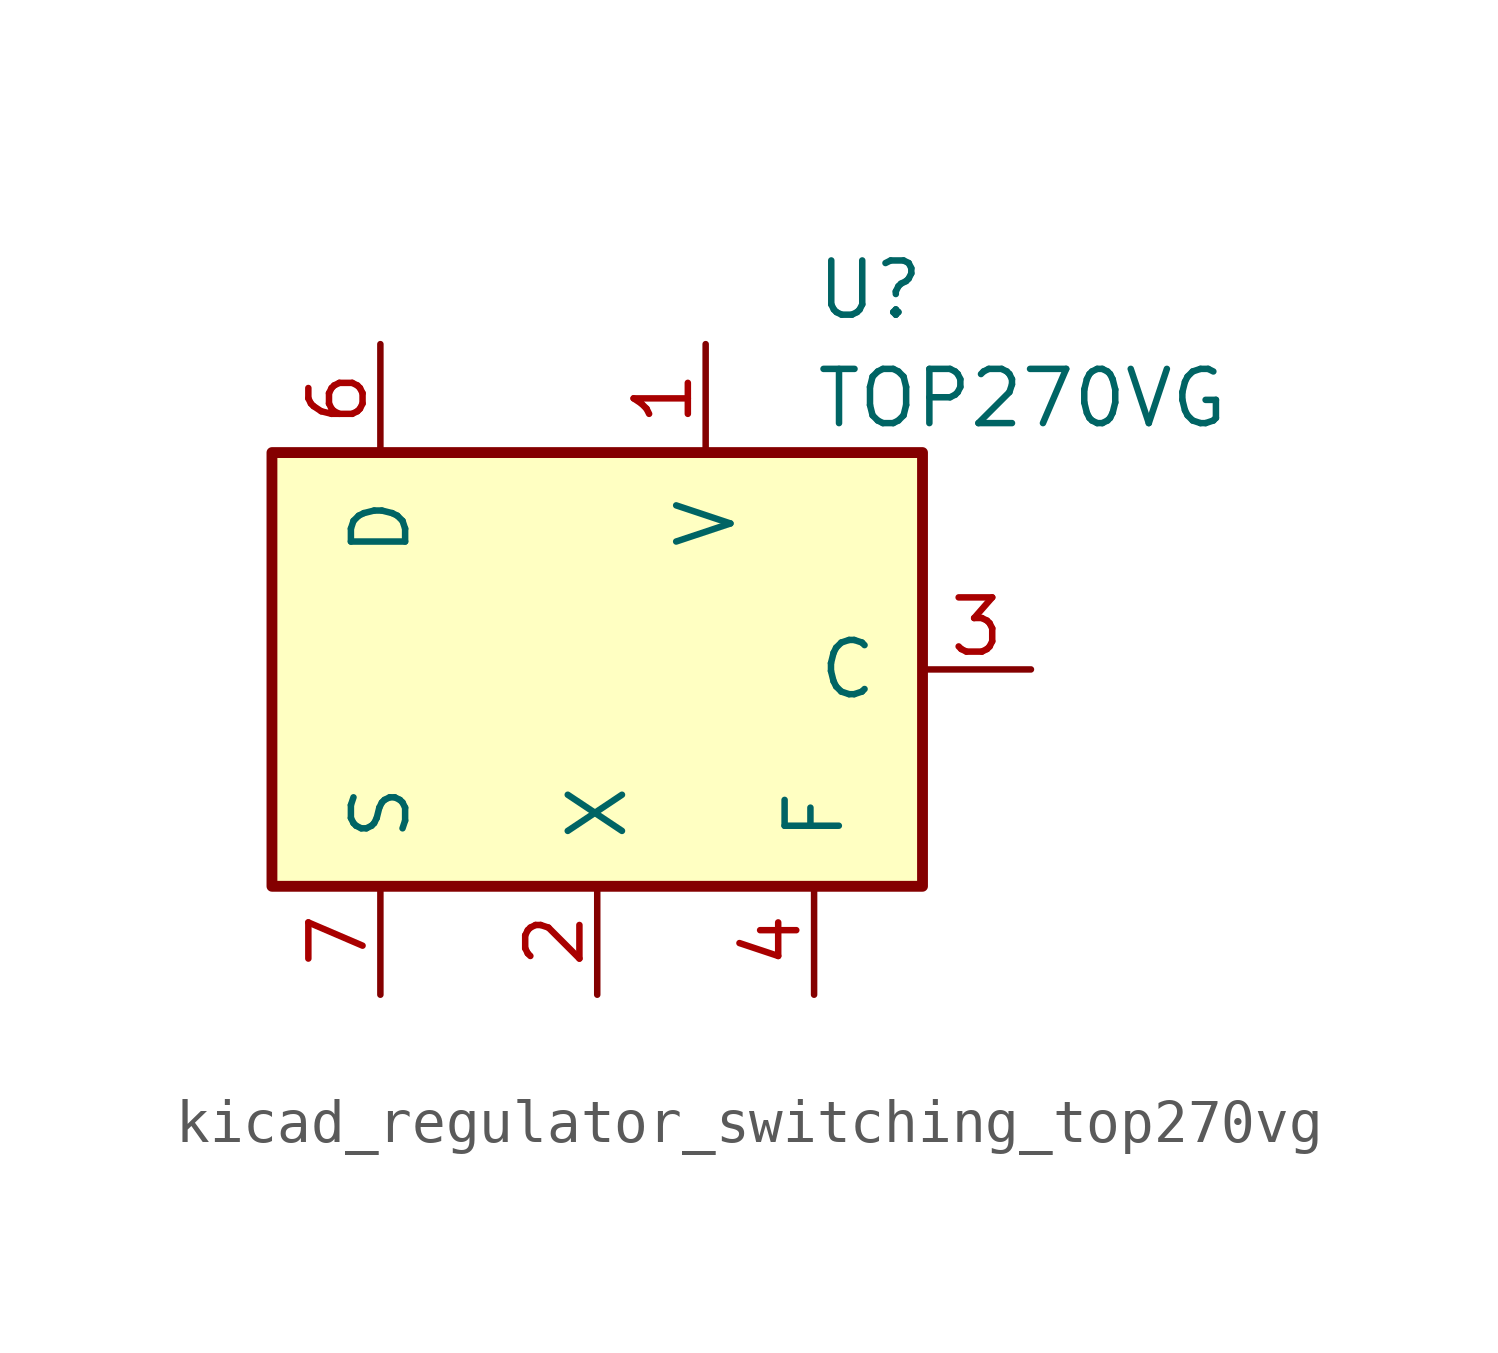
<source format=kicad_sym>
(kicad_symbol_lib
  (version 20220914)
  (generator kicad_symbol_editor)
  (symbol "kicad_regulator_switching_top270vg"
    (pin_names
      (offset 1.016))
    (property "Reference" "U"
      (at 5.08 8.89 0)
      (effects (font (size 1.27 1.27)) (justify left)))
    (property "Value" "TOP270VG"
      (at 5.08 6.35 0)
      (effects (font (size 1.27 1.27)) (justify left)))
    (symbol "kicad_regulator_switching_top270vg_0_1"
      (rectangle (start -7.62 5.08) (end 7.62 -5.08) (stroke (width 0.254) (type default)) (fill (type background))))
    (symbol "kicad_regulator_switching_top270vg_1_1"
      (pin input line (at 2.54 7.62 270) (length 2.54) (name "V" (effects (font (size 1.27 1.27)))) (number "1" (effects (font (size 1.27 1.27)))))
      (pin passive line (at -5.08 -7.62 90) (length 2.54) hide (name "S" (effects (font (size 1.27 1.27)))) (number "10" (effects (font (size 1.27 1.27)))))
      (pin passive line (at -5.08 -7.62 90) (length 2.54) hide (name "S" (effects (font (size 1.27 1.27)))) (number "11" (effects (font (size 1.27 1.27)))))
      (pin passive line (at -5.08 -7.62 90) (length 2.54) hide (name "S" (effects (font (size 1.27 1.27)))) (number "12" (effects (font (size 1.27 1.27)))))
      (pin input line (at 0 -7.62 90) (length 2.54) (name "X" (effects (font (size 1.27 1.27)))) (number "2" (effects (font (size 1.27 1.27)))))
      (pin input line (at 10.16 0 180) (length 2.54) (name "C" (effects (font (size 1.27 1.27)))) (number "3" (effects (font (size 1.27 1.27)))))
      (pin passive line (at 5.08 -7.62 90) (length 2.54) (name "F" (effects (font (size 1.27 1.27)))) (number "4" (effects (font (size 1.27 1.27)))))
      (pin open_collector line (at -5.08 7.62 270) (length 2.54) (name "D" (effects (font (size 1.27 1.27)))) (number "6" (effects (font (size 1.27 1.27)))))
      (pin power_in line (at -5.08 -7.62 90) (length 2.54) (name "S" (effects (font (size 1.27 1.27)))) (number "7" (effects (font (size 1.27 1.27)))))
      (pin passive line (at -5.08 -7.62 90) (length 2.54) hide (name "S" (effects (font (size 1.27 1.27)))) (number "8" (effects (font (size 1.27 1.27)))))
      (pin passive line (at -5.08 -7.62 90) (length 2.54) hide (name "S" (effects (font (size 1.27 1.27)))) (number "9" (effects (font (size 1.27 1.27))))))))
</source>
